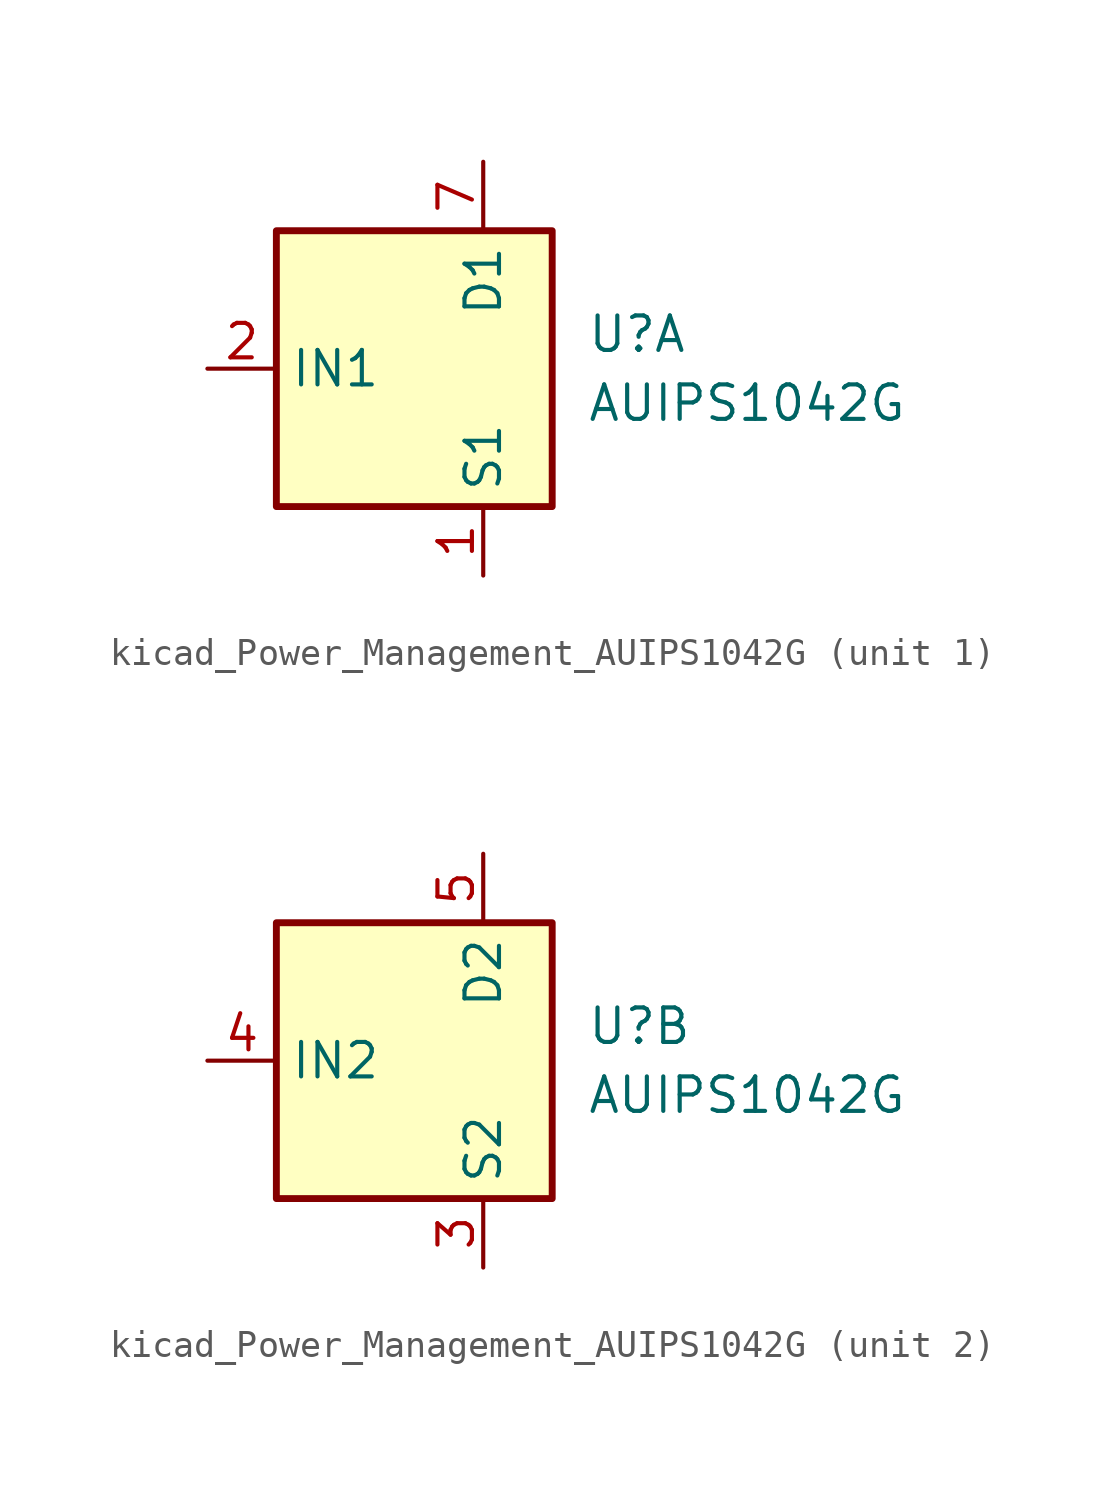
<source format=kicad_sym>
(kicad_symbol_lib
  (version 20220914)
  (generator kicad_symbol_editor)
  (symbol "kicad_Power_Management_AUIPS1042G"
    (property "Reference" "U"
      (at 3.81 1.27 0)
      (effects (font (size 1.27 1.27)) (justify left)))
    (property "Value" "AUIPS1042G"
      (at 3.81 -1.27 0)
      (effects (font (size 1.27 1.27)) (justify left)))
    (symbol "kicad_Power_Management_AUIPS1042G_0_1"
      (rectangle (start -7.62 5.08) (end 2.54 -5.08) (stroke (width 0.254) (type default)) (fill (type background))))
    (symbol "kicad_Power_Management_AUIPS1042G_1_1"
      (pin power_in line (at 0 -7.62 90) (length 2.54) (name "S1" (effects (font (size 1.27 1.27)))) (number "1" (effects (font (size 1.27 1.27)))))
      (pin input line (at -10.16 0 0) (length 2.54) (name "IN1" (effects (font (size 1.27 1.27)))) (number "2" (effects (font (size 1.27 1.27)))))
      (pin passive line (at 0 7.62 270) (length 2.54) (name "D1" (effects (font (size 1.27 1.27)))) (number "7" (effects (font (size 1.27 1.27)))))
      (pin passive line (at 0 7.62 270) (length 2.54) hide (name "D1" (effects (font (size 1.27 1.27)))) (number "8" (effects (font (size 1.27 1.27))))))
    (symbol "kicad_Power_Management_AUIPS1042G_2_1"
      (pin power_in line (at 0 -7.62 90) (length 2.54) (name "S2" (effects (font (size 1.27 1.27)))) (number "3" (effects (font (size 1.27 1.27)))))
      (pin input line (at -10.16 0 0) (length 2.54) (name "IN2" (effects (font (size 1.27 1.27)))) (number "4" (effects (font (size 1.27 1.27)))))
      (pin passive line (at 0 7.62 270) (length 2.54) (name "D2" (effects (font (size 1.27 1.27)))) (number "5" (effects (font (size 1.27 1.27)))))
      (pin passive line (at 0 7.62 270) (length 2.54) hide (name "D2" (effects (font (size 1.27 1.27)))) (number "6" (effects (font (size 1.27 1.27))))))))
</source>
